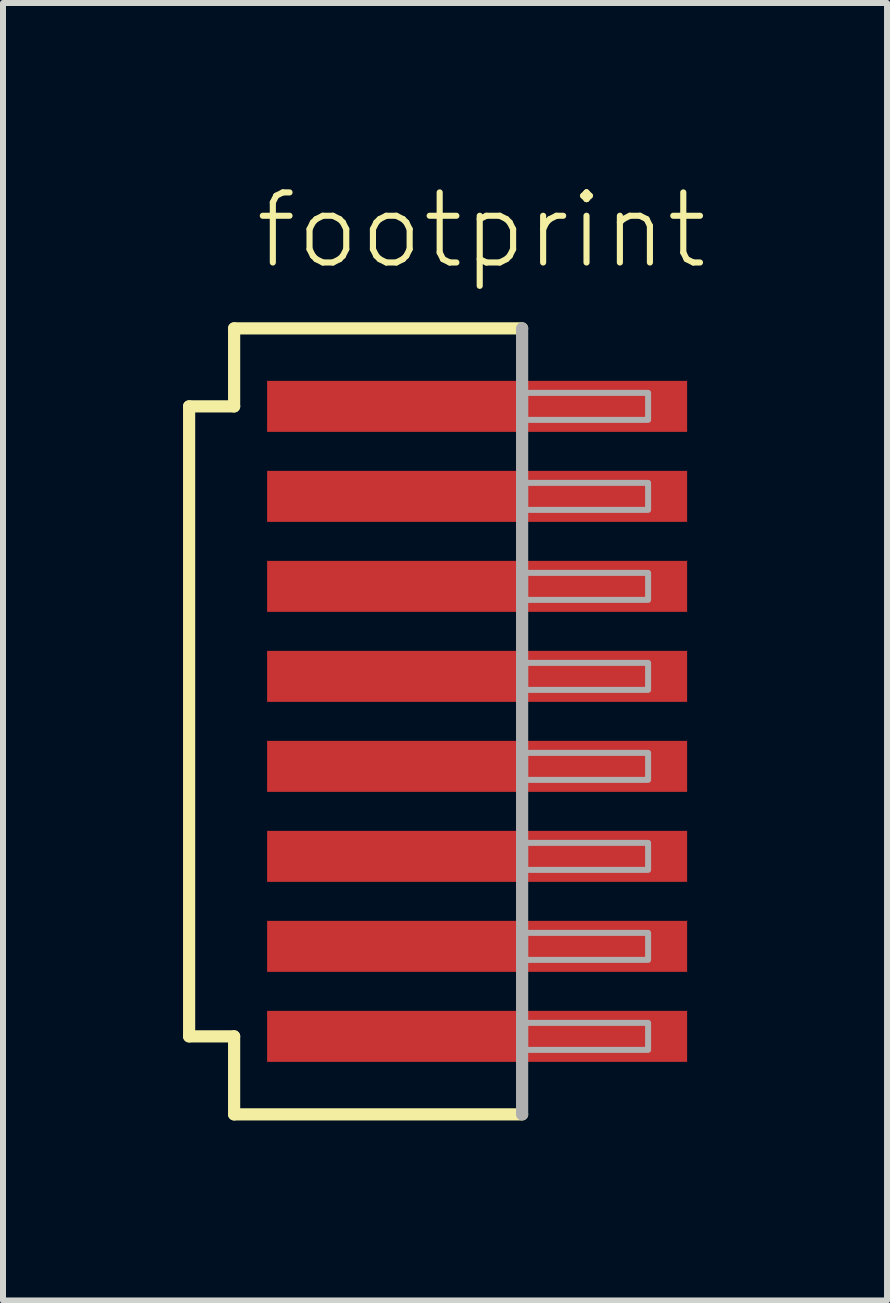
<source format=kicad_pcb>
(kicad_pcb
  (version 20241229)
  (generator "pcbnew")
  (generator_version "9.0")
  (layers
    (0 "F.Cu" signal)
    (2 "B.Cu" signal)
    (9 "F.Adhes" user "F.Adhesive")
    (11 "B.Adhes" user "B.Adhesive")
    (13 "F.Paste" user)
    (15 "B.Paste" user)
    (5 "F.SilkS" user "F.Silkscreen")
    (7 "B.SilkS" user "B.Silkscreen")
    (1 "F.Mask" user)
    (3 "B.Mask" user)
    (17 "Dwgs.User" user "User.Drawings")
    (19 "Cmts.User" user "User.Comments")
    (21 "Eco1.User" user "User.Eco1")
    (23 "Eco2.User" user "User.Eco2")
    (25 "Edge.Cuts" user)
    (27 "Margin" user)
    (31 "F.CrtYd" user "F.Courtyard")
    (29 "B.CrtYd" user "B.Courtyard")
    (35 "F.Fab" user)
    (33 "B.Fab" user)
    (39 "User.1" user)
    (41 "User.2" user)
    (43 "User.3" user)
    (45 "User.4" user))
  (footprint "footprint"
    (layer "F.Cu")
    (at 4.902 8.973)
    (property "Reference" "footprint" (at -3.75 -7.5 0) (layer "F.SilkS") (effects (font (size 1.168 1.168) (thickness 0.102)) (justify left bottom)))
    (fp_line (start -4.8 -5.25) (end -4.05 -5.25) (stroke (width 0.203) (type solid)) (layer "F.SilkS"))
    (fp_line (start -4.8 5.25) (end -4.8 -5.25) (stroke (width 0.203) (type solid)) (layer "F.SilkS"))
    (fp_line (start -4.05 -6.55) (end 0.75 -6.55) (stroke (width 0.203) (type solid)) (layer "F.SilkS"))
    (fp_line (start -4.05 -5.25) (end -4.05 -6.55) (stroke (width 0.203) (type solid)) (layer "F.SilkS"))
    (fp_line (start -4.05 5.25) (end -4.8 5.25) (stroke (width 0.203) (type solid)) (layer "F.SilkS"))
    (fp_line (start -4.05 6.55) (end -4.05 5.25) (stroke (width 0.203) (type solid)) (layer "F.SilkS"))
    (fp_line (start 0.75 6.55) (end -4.05 6.55) (stroke (width 0.203) (type solid)) (layer "F.SilkS"))
    (fp_line (start 0.75 -6.55) (end 0.75 6.55) (stroke (width 0.203) (type solid)) (layer "F.Fab"))
    (fp_poly (pts (xy 0.8 -5.025) (xy 2.85 -5.025) (xy 2.85 -5.475) (xy 0.8 -5.475)) (stroke (width 0.1) (type solid)) (fill no) (layer "F.Fab"))
    (fp_poly (pts (xy 0.8 -3.525) (xy 2.85 -3.525) (xy 2.85 -3.975) (xy 0.8 -3.975)) (stroke (width 0.1) (type solid)) (fill no) (layer "F.Fab"))
    (fp_poly (pts (xy 0.8 -2.025) (xy 2.85 -2.025) (xy 2.85 -2.475) (xy 0.8 -2.475)) (stroke (width 0.1) (type solid)) (fill no) (layer "F.Fab"))
    (fp_poly (pts (xy 0.8 -0.525) (xy 2.85 -0.525) (xy 2.85 -0.975) (xy 0.8 -0.975)) (stroke (width 0.1) (type solid)) (fill no) (layer "F.Fab"))
    (fp_poly (pts (xy 0.8 0.975) (xy 2.85 0.975) (xy 2.85 0.525) (xy 0.8 0.525)) (stroke (width 0.1) (type solid)) (fill no) (layer "F.Fab"))
    (fp_poly (pts (xy 0.8 2.475) (xy 2.85 2.475) (xy 2.85 2.025) (xy 0.8 2.025)) (stroke (width 0.1) (type solid)) (fill no) (layer "F.Fab"))
    (fp_poly (pts (xy 0.8 3.975) (xy 2.85 3.975) (xy 2.85 3.525) (xy 0.8 3.525)) (stroke (width 0.1) (type solid)) (fill no) (layer "F.Fab"))
    (fp_poly (pts (xy 0.8 5.475) (xy 2.85 5.475) (xy 2.85 5.025) (xy 0.8 5.025)) (stroke (width 0.1) (type solid)) (fill no) (layer "F.Fab"))
    (pad "1" smd rect (at 0 -5.25) (size 7 0.85) (layers "F.Cu" "F.Mask" "F.Paste"))
    (pad "2" smd rect (at 0 -3.75) (size 7 0.85) (layers "F.Cu" "F.Mask" "F.Paste"))
    (pad "3" smd rect (at 0 -2.25) (size 7 0.85) (layers "F.Cu" "F.Mask" "F.Paste"))
    (pad "4" smd rect (at 0 -0.75) (size 7 0.85) (layers "F.Cu" "F.Mask" "F.Paste"))
    (pad "5" smd rect (at 0 0.75) (size 7 0.85) (layers "F.Cu" "F.Mask" "F.Paste"))
    (pad "6" smd rect (at 0 2.25) (size 7 0.85) (layers "F.Cu" "F.Mask" "F.Paste"))
    (pad "7" smd rect (at 0 3.75) (size 7 0.85) (layers "F.Cu" "F.Mask" "F.Paste"))
    (pad "8" smd rect (at 0 5.25) (size 7 0.85) (layers "F.Cu" "F.Mask" "F.Paste")))
  (gr_rect
    (start -3 -3)
    (end 11.734 18.625)
    (stroke (width 0.1) (type default))
    (fill no)
    (layer "Edge.Cuts")))
</source>
